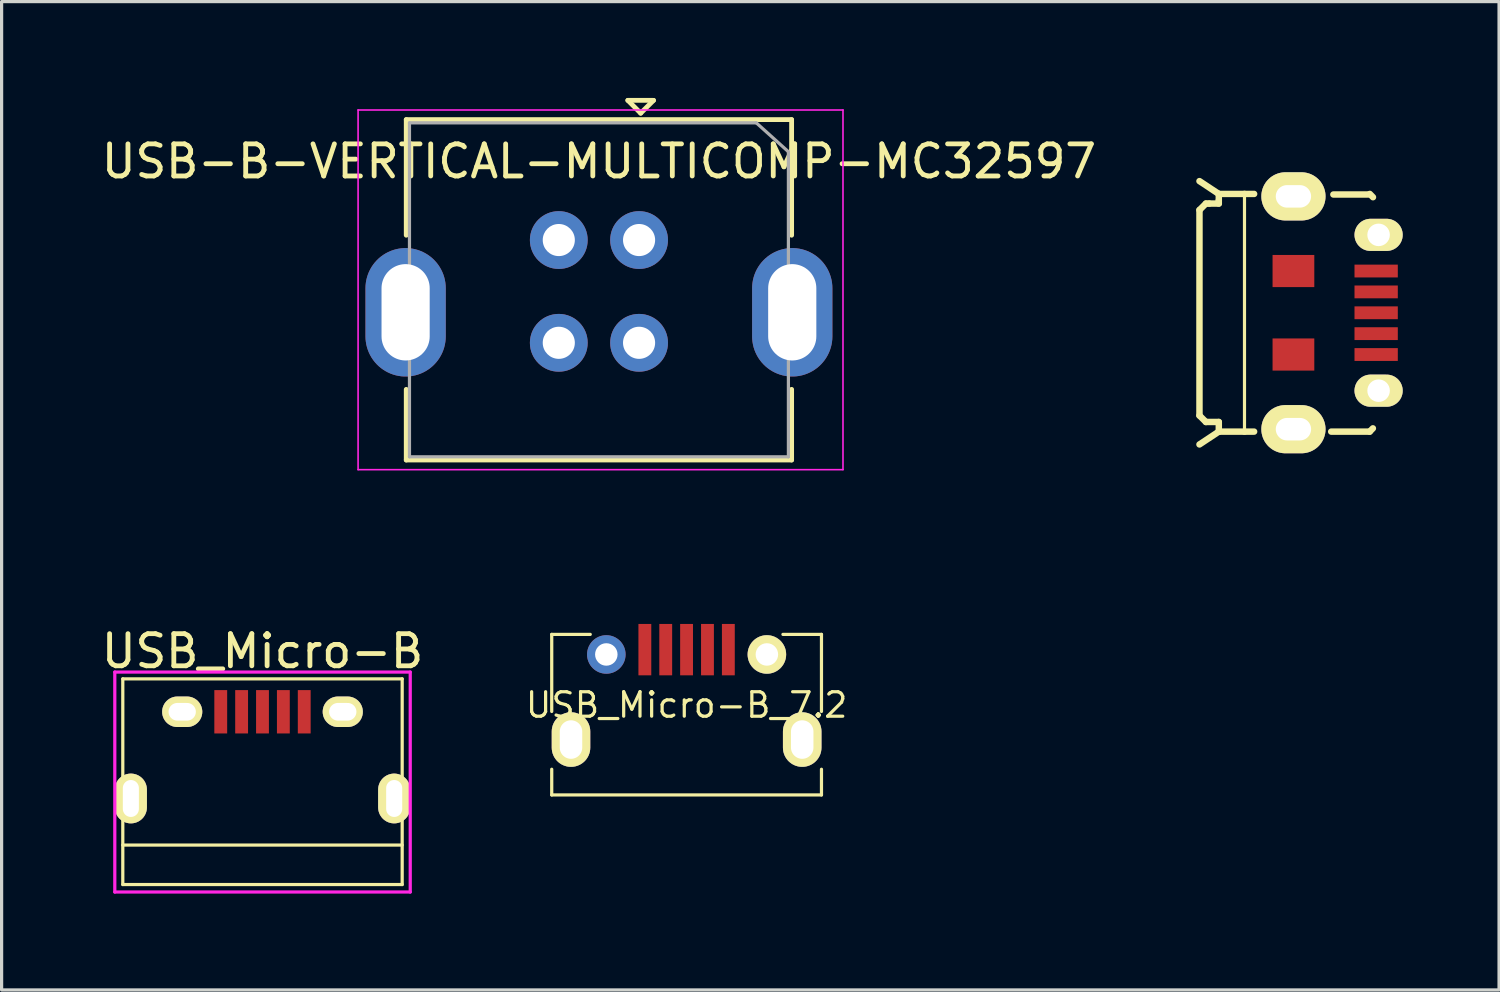
<source format=kicad_pcb>
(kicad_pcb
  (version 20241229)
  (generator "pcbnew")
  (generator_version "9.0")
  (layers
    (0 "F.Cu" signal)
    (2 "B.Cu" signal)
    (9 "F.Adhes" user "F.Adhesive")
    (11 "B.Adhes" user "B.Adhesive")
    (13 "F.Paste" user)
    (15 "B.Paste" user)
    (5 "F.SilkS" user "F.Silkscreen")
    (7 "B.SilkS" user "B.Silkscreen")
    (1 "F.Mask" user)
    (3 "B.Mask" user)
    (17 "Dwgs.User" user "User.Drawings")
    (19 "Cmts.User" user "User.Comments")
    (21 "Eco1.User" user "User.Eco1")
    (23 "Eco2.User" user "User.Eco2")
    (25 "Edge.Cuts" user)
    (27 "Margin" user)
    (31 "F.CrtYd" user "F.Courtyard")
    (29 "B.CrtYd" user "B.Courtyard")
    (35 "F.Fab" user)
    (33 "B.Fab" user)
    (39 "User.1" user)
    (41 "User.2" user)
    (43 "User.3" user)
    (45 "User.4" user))
  (footprint "USB_Micro-B_7.2"
    (layer "F.Cu")
    (at 18.331 18.905)
    (property "Reference" "USB_Micro-B_7.2" (at 0 0 0) (layer "F.SilkS") (effects (font (size 0.762 0.762) (thickness 0.1))))
    (attr smd)
    (fp_line (start -4.2 -2.2) (end -3 -2.2) (stroke (width 0.1) (type solid)) (layer "F.SilkS"))
    (fp_line (start -4.2 0.2) (end -4.2 -2.2) (stroke (width 0.1) (type solid)) (layer "F.SilkS"))
    (fp_line (start -4.2 2) (end -4.2 2.8) (stroke (width 0.1) (type solid)) (layer "F.SilkS"))
    (fp_line (start -4.2 2.8) (end 4.2 2.8) (stroke (width 0.1) (type solid)) (layer "F.SilkS"))
    (fp_line (start 3 -2.2) (end 4.2 -2.2) (stroke (width 0.1) (type solid)) (layer "F.SilkS"))
    (fp_line (start 4.2 -2.2) (end 4.2 0.2) (stroke (width 0.1) (type solid)) (layer "F.SilkS"))
    (fp_line (start 4.2 2.8) (end 4.2 2) (stroke (width 0.1) (type solid)) (layer "F.SilkS"))
    (pad "1" smd rect (at -1.3 -1.575 90) (size 1.6 0.4) (drill (offset 0.15 0)) (layers "F.Cu" "F.Mask" "F.Paste"))
    (pad "2" smd rect (at -0.65 -1.575 90) (size 1.6 0.4) (drill (offset 0.15 0)) (layers "F.Cu" "F.Mask" "F.Paste"))
    (pad "3" smd rect (at -0.001 -1.575 90) (size 1.6 0.4) (drill (offset 0.15 0)) (layers "F.Cu" "F.Mask" "F.Paste"))
    (pad "4" smd rect (at 0.65 -1.575 90) (size 1.6 0.4) (drill (offset 0.15 0)) (layers "F.Cu" "F.Mask" "F.Paste"))
    (pad "5" smd rect (at 1.3 -1.575 90) (size 1.6 0.4) (drill (offset 0.15 0)) (layers "F.Cu" "F.Mask" "F.Paste"))
    (pad "6" thru_hole oval (at -3.6 1.075 90) (size 1.7 1.2) (drill oval 1.2 0.7) (layers "*.Cu" "*.Mask" "F.SilkS"))
    (pad "6" thru_hole circle (at -2.5 -1.575 90) (size 1.2 1.2) (drill 0.7) (layers "*.Cu" "*.Mask"))
    (pad "6" thru_hole circle (at 2.5 -1.575 90) (size 1.2 1.2) (drill 0.7) (layers "*.Cu" "*.Mask" "F.SilkS"))
    (pad "6" thru_hole oval (at 3.6 1.075 90) (size 1.7 1.2) (drill oval 1.2 0.7) (layers "*.Cu" "*.Mask" "F.SilkS")))
  (footprint "USB_Micro-B"
    (layer "F.Cu")
    (at 5.125 20.678)
    (property "Reference" "USB_Micro-B" (at 0 -3.45 0) (layer "F.SilkS") (effects (font (size 1 1) (thickness 0.15))))
    (attr smd)
    (fp_line (start -4.351 -2.588) (end 4.349 -2.588) (stroke (width 0.1) (type solid)) (layer "F.SilkS"))
    (fp_line (start -4.351 3.817) (end -4.351 -2.588) (stroke (width 0.1) (type solid)) (layer "F.SilkS"))
    (fp_line (start -4.351 3.817) (end 4.349 3.817) (stroke (width 0.1) (type solid)) (layer "F.SilkS"))
    (fp_line (start 4.349 -2.588) (end 4.349 3.817) (stroke (width 0.1) (type solid)) (layer "F.SilkS"))
    (fp_line (start 4.349 2.587) (end -4.351 2.587) (stroke (width 0.1) (type solid)) (layer "F.SilkS"))
    (fp_line (start -4.6 -2.8) (end 4.6 -2.8) (stroke (width 0.1) (type solid)) (layer "F.CrtYd"))
    (fp_line (start -4.6 4.05) (end -4.6 -2.8) (stroke (width 0.1) (type solid)) (layer "F.CrtYd"))
    (fp_line (start 4.6 -2.8) (end 4.6 4.05) (stroke (width 0.1) (type solid)) (layer "F.CrtYd"))
    (fp_line (start 4.6 4.05) (end -4.6 4.05) (stroke (width 0.1) (type solid)) (layer "F.CrtYd"))
    (pad "1" smd rect (at -1.301 -1.563 90) (size 1.35 0.4) (layers "F.Cu" "F.Mask" "F.Paste"))
    (pad "2" smd rect (at -0.651 -1.563 90) (size 1.35 0.4) (layers "F.Cu" "F.Mask" "F.Paste"))
    (pad "3" smd rect (at -0.001 -1.563 90) (size 1.35 0.4) (layers "F.Cu" "F.Mask" "F.Paste"))
    (pad "4" smd rect (at 0.649 -1.563 90) (size 1.35 0.4) (layers "F.Cu" "F.Mask" "F.Paste"))
    (pad "5" smd rect (at 1.299 -1.563 90) (size 1.35 0.4) (layers "F.Cu" "F.Mask" "F.Paste"))
    (pad "6" thru_hole oval (at -4.1 1.137 90) (size 1.55 1) (drill oval 1.15 0.5) (layers "*.Cu" "*.Mask" "F.SilkS"))
    (pad "6" thru_hole oval (at -2.501 -1.563 90) (size 0.95 1.25) (drill oval 0.55 0.85) (layers "*.Cu" "*.Mask" "F.SilkS"))
    (pad "6" thru_hole oval (at 2.499 -1.563 90) (size 0.95 1.25) (drill oval 0.55 0.85) (layers "*.Cu" "*.Mask" "F.SilkS"))
    (pad "6" thru_hole oval (at 4.1 1.137 90) (size 1.55 1) (drill oval 1.15 0.5) (layers "*.Cu" "*.Mask" "F.SilkS")))
  (footprint "USB-MICRO-5pin_PTHMOUNT"
    (layer "F.Cu")
    (at 39.804 6.69)
    (property "Reference" "USB-MICRO-5pin_PTHMOUNT" (at -4.7 0 90) (layer "Eco1.User") (effects (font (size 0.6 0.6) (thickness 0.1))))
    (attr smd)
    (fp_line (start -5.502 -3.2) (end -5.502 3.2) (stroke (width 0.201) (type solid)) (layer "F.SilkS"))
    (fp_line (start -5.502 4.1) (end -4.9 3.701) (stroke (width 0.201) (type solid)) (layer "F.SilkS"))
    (fp_line (start -5.301 -3.401) (end -5.502 -3.2) (stroke (width 0.201) (type solid)) (layer "F.SilkS"))
    (fp_line (start -5.301 3.401) (end -5.502 3.2) (stroke (width 0.201) (type solid)) (layer "F.SilkS"))
    (fp_line (start -5.199 -3.401) (end -5.301 -3.401) (stroke (width 0.201) (type solid)) (layer "F.SilkS"))
    (fp_line (start -4.9 -3.701) (end -5.502 -4.1) (stroke (width 0.201) (type solid)) (layer "F.SilkS"))
    (fp_line (start -4.9 -3.701) (end -4.9 -3.5) (stroke (width 0.201) (type solid)) (layer "F.SilkS"))
    (fp_line (start -4.9 -3.5) (end -4.9 -3.401) (stroke (width 0.201) (type solid)) (layer "F.SilkS"))
    (fp_line (start -4.9 -3.401) (end -5.199 -3.401) (stroke (width 0.201) (type solid)) (layer "F.SilkS"))
    (fp_line (start -4.9 3.401) (end -5.301 3.401) (stroke (width 0.201) (type solid)) (layer "F.SilkS"))
    (fp_line (start -4.9 3.701) (end -4.9 3.401) (stroke (width 0.201) (type solid)) (layer "F.SilkS"))
    (fp_line (start -4.9 3.701) (end -4.1 3.701) (stroke (width 0.201) (type solid)) (layer "F.SilkS"))
    (fp_line (start -4.1 -3.701) (end -4.9 -3.701) (stroke (width 0.201) (type solid)) (layer "F.SilkS"))
    (fp_line (start -4.1 -3.701) (end -4.1 3.701) (stroke (width 0.099) (type solid)) (layer "F.SilkS"))
    (fp_line (start -4.1 -3.701) (end -3.8 -3.701) (stroke (width 0.201) (type solid)) (layer "F.SilkS"))
    (fp_line (start -4.1 3.701) (end -3.8 3.701) (stroke (width 0.201) (type solid)) (layer "F.SilkS"))
    (fp_line (start -0.254 -3.683) (end -1.333 -3.683) (stroke (width 0.2) (type solid)) (layer "F.SilkS"))
    (fp_line (start -0.201 3.701) (end -1.4 3.701) (stroke (width 0.201) (type solid)) (layer "F.SilkS"))
    (fp_line (start -0.201 3.701) (end -0.102 3.599) (stroke (width 0.201) (type solid)) (layer "F.SilkS"))
    (fp_line (start -0.099 -3.599) (end -0.198 -3.701) (stroke (width 0.201) (type solid)) (layer "F.SilkS"))
    (pad "1" smd rect (at 0 -1.3) (size 1.349 0.399) (layers "F.Cu" "F.Mask" "F.Paste"))
    (pad "2" smd rect (at 0 -0.65) (size 1.349 0.399) (layers "F.Cu" "F.Mask" "F.Paste"))
    (pad "3" smd rect (at 0 0) (size 1.349 0.399) (layers "F.Cu" "F.Mask" "F.Paste"))
    (pad "4" smd rect (at 0 0.65) (size 1.349 0.399) (layers "F.Cu" "F.Mask" "F.Paste"))
    (pad "5" smd rect (at 0 1.3) (size 1.349 0.399) (layers "F.Cu" "F.Mask" "F.Paste"))
    (pad "SHLD" thru_hole oval (at -2.576 -3.625) (size 1.999 1.501) (drill oval 1.1 0.701) (layers "*.Cu" "*.Mask" "F.SilkS"))
    (pad "SHLD" smd rect (at -2.576 -1.3) (size 1.3 1.001) (layers "F.Cu" "F.Mask" "F.Paste"))
    (pad "SHLD" smd rect (at -2.576 1.3) (size 1.3 1.001) (layers "F.Cu" "F.Mask" "F.Paste"))
    (pad "SHLD" thru_hole oval (at -2.576 3.625) (size 1.999 1.501) (drill oval 1.1 0.701) (layers "*.Cu" "*.Mask" "F.SilkS"))
    (pad "SHLD" thru_hole oval (at 0.076 -2.426) (size 1.501 1.001) (drill 0.701) (layers "*.Cu" "*.Mask" "F.SilkS"))
    (pad "SHLD" thru_hole oval (at 0.076 2.426) (size 1.501 1.001) (drill 0.701) (layers "*.Cu" "*.Mask" "F.SilkS")))
  (footprint "USB-B-VERTICAL-MULTICOMP-MC32597"
    (layer "F.Cu")
    (at 15.601 6.675)
    (property "Reference" "USB-B-VERTICAL-MULTICOMP-MC32597" (at 0 -4.7 0) (layer "F.SilkS") (effects (font (size 1 1) (thickness 0.15))))
    (attr through_hole)
    (fp_line (start -6 -6) (end -6 -2.4) (stroke (width 0.15) (type solid)) (layer "F.SilkS"))
    (fp_line (start -6 4.6) (end -6 2.4) (stroke (width 0.15) (type solid)) (layer "F.SilkS"))
    (fp_line (start 0.9 -6.6) (end 1.7 -6.6) (stroke (width 0.15) (type solid)) (layer "F.SilkS"))
    (fp_line (start 1.3 -6.2) (end 0.9 -6.6) (stroke (width 0.15) (type solid)) (layer "F.SilkS"))
    (fp_line (start 1.7 -6.6) (end 1.3 -6.2) (stroke (width 0.15) (type solid)) (layer "F.SilkS"))
    (fp_line (start 6 -6) (end -6 -6) (stroke (width 0.15) (type solid)) (layer "F.SilkS"))
    (fp_line (start 6 -6) (end 6 -2.4) (stroke (width 0.15) (type solid)) (layer "F.SilkS"))
    (fp_line (start 6 4.6) (end -6 4.6) (stroke (width 0.15) (type solid)) (layer "F.SilkS"))
    (fp_line (start 6 4.6) (end 6 2.4) (stroke (width 0.15) (type solid)) (layer "F.SilkS"))
    (fp_line (start -7.5 -6.3) (end 7.6 -6.3) (stroke (width 0.05) (type solid)) (layer "F.CrtYd"))
    (fp_line (start -7.5 4.9) (end -7.5 -6.3) (stroke (width 0.05) (type solid)) (layer "F.CrtYd"))
    (fp_line (start 7.6 -6.3) (end 7.6 4.9) (stroke (width 0.05) (type solid)) (layer "F.CrtYd"))
    (fp_line (start 7.6 4.9) (end -7.5 4.9) (stroke (width 0.05) (type solid)) (layer "F.CrtYd"))
    (fp_line (start -5.9 -5.9) (end -5.9 4.5) (stroke (width 0.1) (type solid)) (layer "F.Fab"))
    (fp_line (start -5.9 4.5) (end 5.9 4.5) (stroke (width 0.1) (type solid)) (layer "F.Fab"))
    (fp_line (start 4.9 -5.9) (end -5.9 -5.9) (stroke (width 0.1) (type solid)) (layer "F.Fab"))
    (fp_line (start 5.9 -5) (end 4.9 -5.9) (stroke (width 0.1) (type solid)) (layer "F.Fab"))
    (fp_line (start 5.9 4.5) (end 5.9 -5) (stroke (width 0.1) (type solid)) (layer "F.Fab"))
    (pad "1" thru_hole circle (at 1.25 -2.25) (size 1.8 1.8) (drill 1) (layers "*.Cu" "*.Mask"))
    (pad "2" thru_hole circle (at -1.25 -2.25) (size 1.8 1.8) (drill 1) (layers "*.Cu" "*.Mask"))
    (pad "3" thru_hole circle (at -1.25 0.95) (size 1.8 1.8) (drill 1) (layers "*.Cu" "*.Mask"))
    (pad "4" thru_hole circle (at 1.25 0.95) (size 1.8 1.8) (drill 1) (layers "*.Cu" "*.Mask"))
    (pad "5" thru_hole oval (at -6.02 0) (size 2.5 4) (drill oval 1.5 3) (layers "*.Cu" "*.Mask"))
    (pad "5" thru_hole oval (at 6.02 0) (size 2.5 4) (drill oval 1.5 3) (layers "*.Cu" "*.Mask")))
  (gr_rect
    (start -3 -3)
    (end 43.631 27.778)
    (stroke (width 0.1) (type default))
    (fill no)
    (layer "Edge.Cuts")))
</source>
